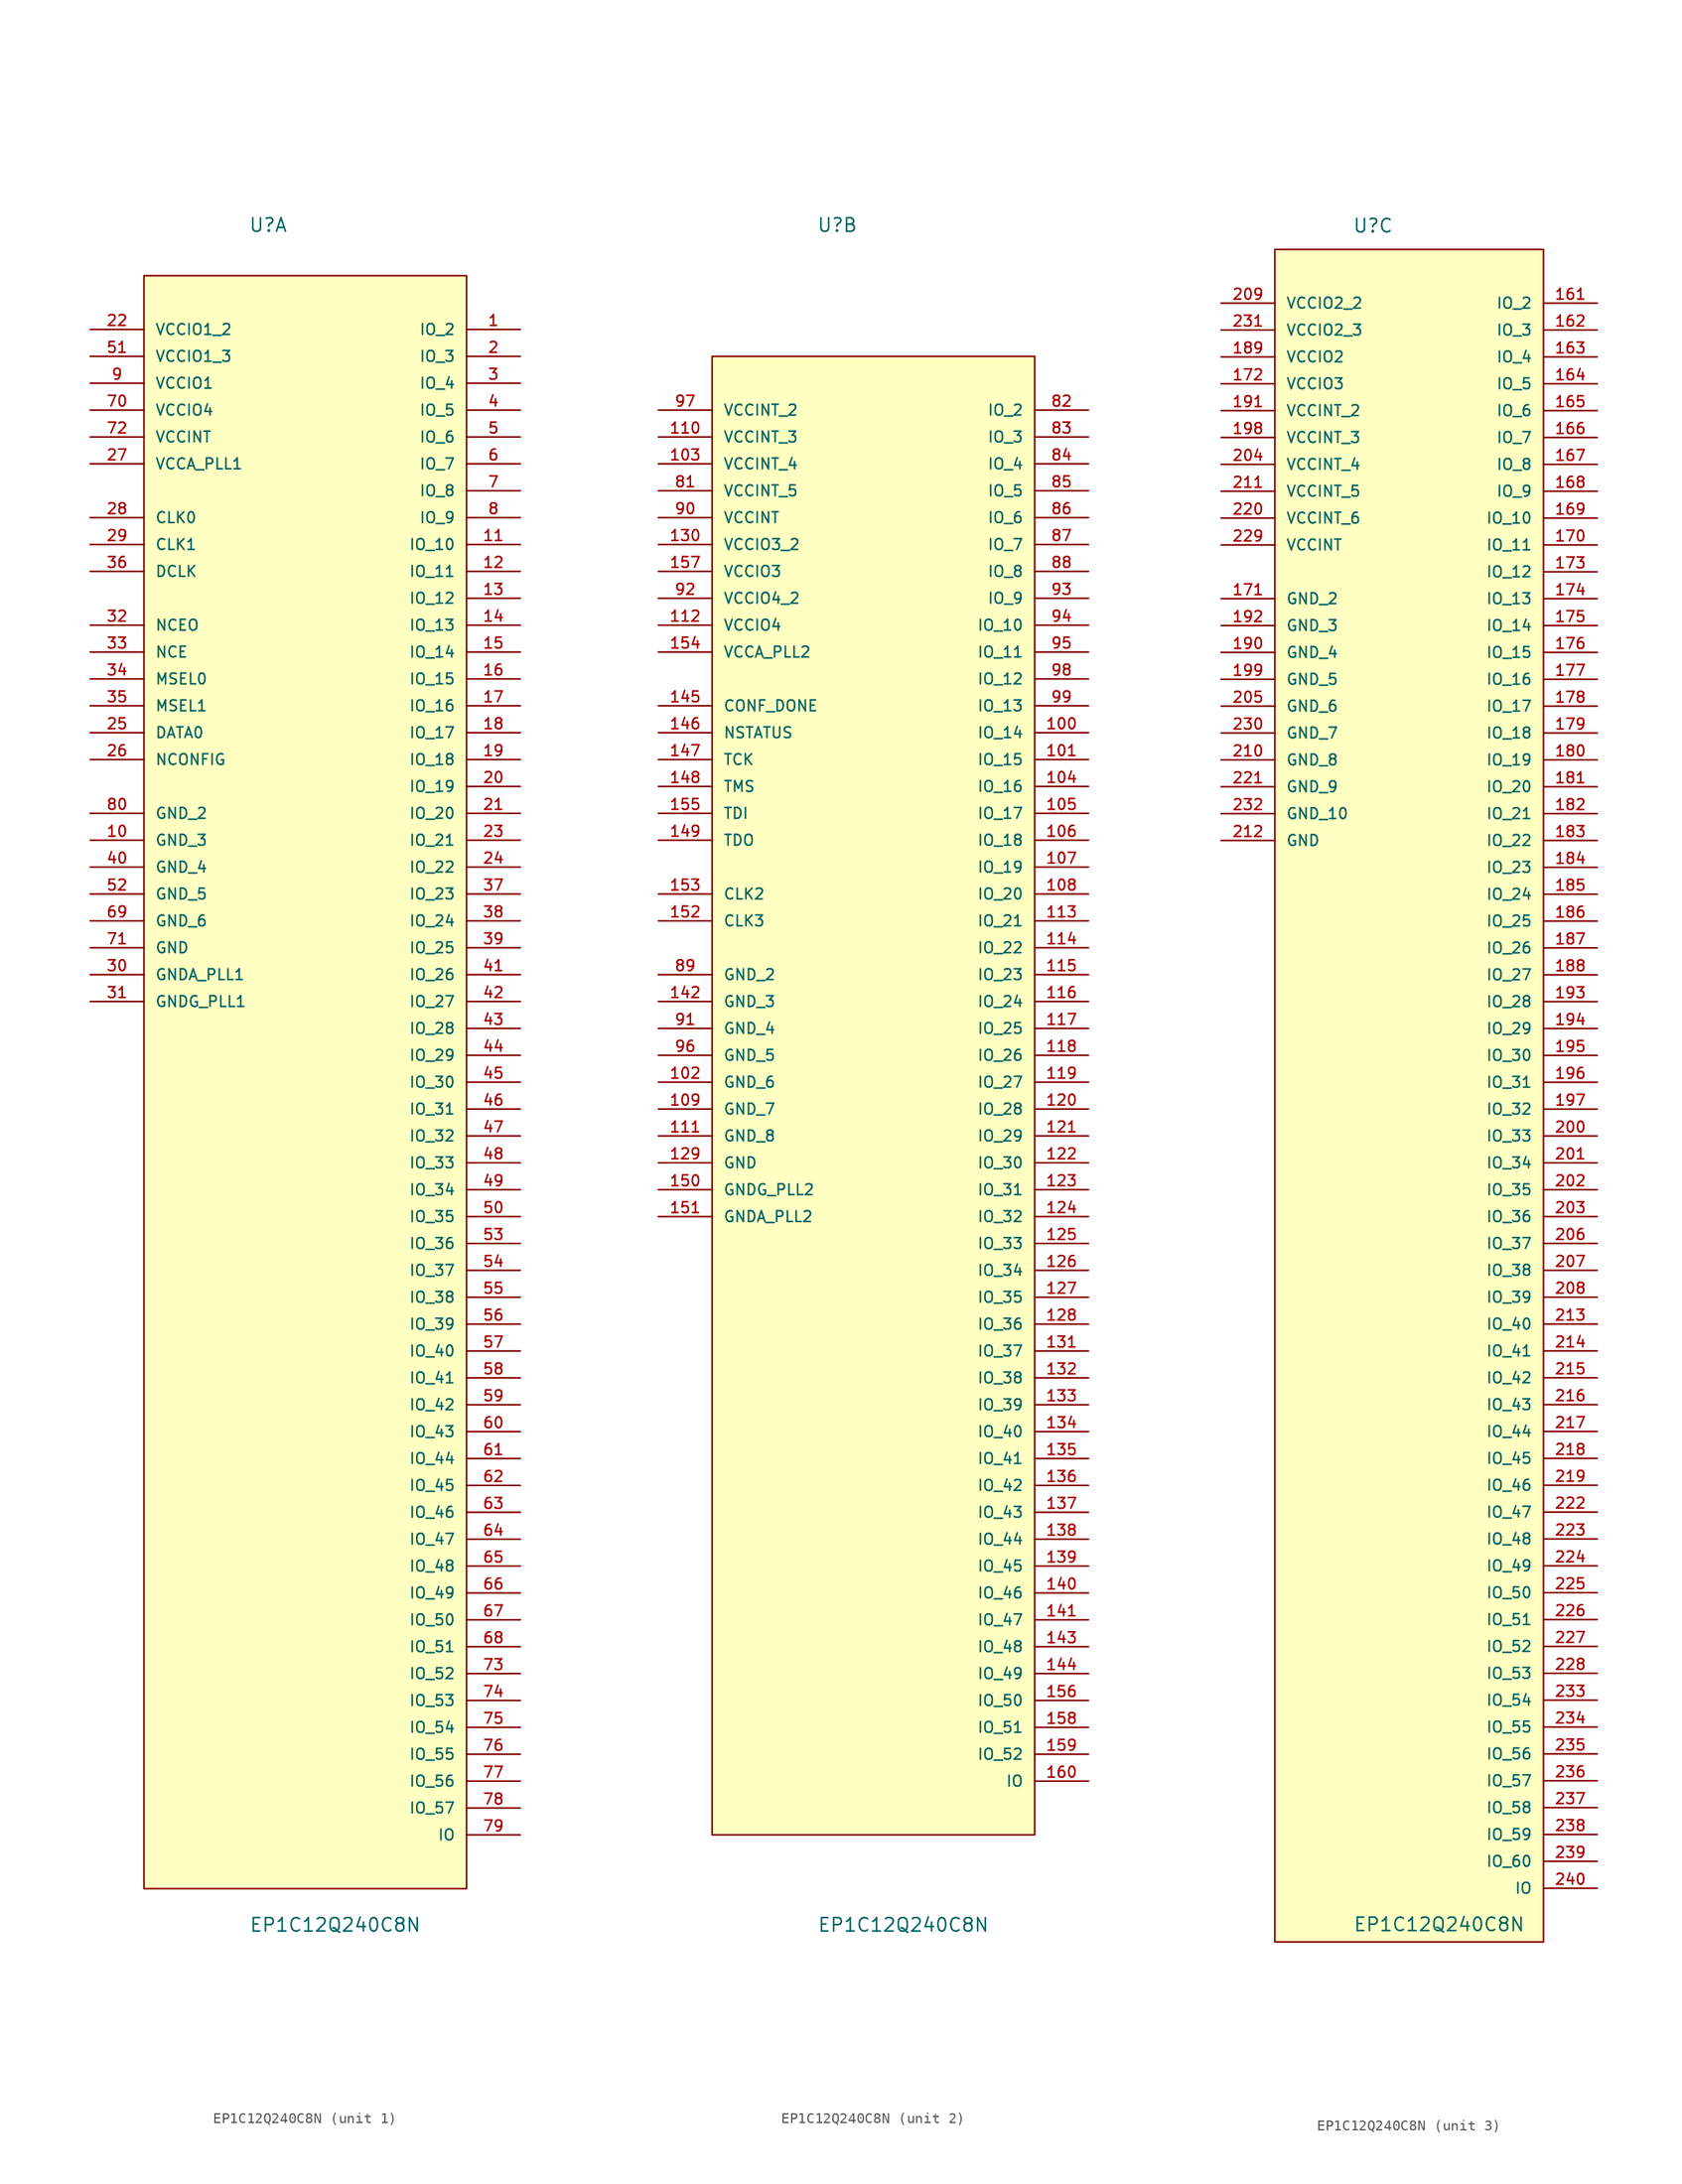
<source format=kicad_sym>
(kicad_symbol_lib
  (version 20220914)
  (generator kicad_symbol_editor)
  (symbol "EP1C12Q240C8N"
    (pin_names
      (offset 1.016))
    (property "Reference" "U"
      (at -5.359 77.699 0)
      (effects (font (size 1.27 1.27)) (justify left bottom)))
    (property "Value" "EP1C12Q240C8N"
      (at -5.309 -82.906 0)
      (effects (font (size 1.27 1.27)) (justify left bottom)))
    (symbol "EP1C12Q240C8N_1_0"
      (rectangle (start -15.24 -78.74) (end 15.24 73.66) (stroke (width 0.152) (type default)) (fill (type background)))
      (pin bidirectional line (at 20.32 68.58 180) (length 5.08) (name "IO_2" (effects (font (size 1.016 1.016)))) (number "1" (effects (font (size 1.016 1.016)))))
      (pin passive line (at -20.32 20.32 0) (length 5.08) (name "GND_3" (effects (font (size 1.016 1.016)))) (number "10" (effects (font (size 1.016 1.016)))))
      (pin bidirectional line (at 20.32 48.26 180) (length 5.08) (name "IO_10" (effects (font (size 1.016 1.016)))) (number "11" (effects (font (size 1.016 1.016)))))
      (pin bidirectional line (at 20.32 45.72 180) (length 5.08) (name "IO_11" (effects (font (size 1.016 1.016)))) (number "12" (effects (font (size 1.016 1.016)))))
      (pin bidirectional line (at 20.32 43.18 180) (length 5.08) (name "IO_12" (effects (font (size 1.016 1.016)))) (number "13" (effects (font (size 1.016 1.016)))))
      (pin bidirectional line (at 20.32 40.64 180) (length 5.08) (name "IO_13" (effects (font (size 1.016 1.016)))) (number "14" (effects (font (size 1.016 1.016)))))
      (pin bidirectional line (at 20.32 38.1 180) (length 5.08) (name "IO_14" (effects (font (size 1.016 1.016)))) (number "15" (effects (font (size 1.016 1.016)))))
      (pin bidirectional line (at 20.32 35.56 180) (length 5.08) (name "IO_15" (effects (font (size 1.016 1.016)))) (number "16" (effects (font (size 1.016 1.016)))))
      (pin bidirectional line (at 20.32 33.02 180) (length 5.08) (name "IO_16" (effects (font (size 1.016 1.016)))) (number "17" (effects (font (size 1.016 1.016)))))
      (pin bidirectional line (at 20.32 30.48 180) (length 5.08) (name "IO_17" (effects (font (size 1.016 1.016)))) (number "18" (effects (font (size 1.016 1.016)))))
      (pin bidirectional line (at 20.32 27.94 180) (length 5.08) (name "IO_18" (effects (font (size 1.016 1.016)))) (number "19" (effects (font (size 1.016 1.016)))))
      (pin bidirectional line (at 20.32 66.04 180) (length 5.08) (name "IO_3" (effects (font (size 1.016 1.016)))) (number "2" (effects (font (size 1.016 1.016)))))
      (pin bidirectional line (at 20.32 25.4 180) (length 5.08) (name "IO_19" (effects (font (size 1.016 1.016)))) (number "20" (effects (font (size 1.016 1.016)))))
      (pin bidirectional line (at 20.32 22.86 180) (length 5.08) (name "IO_20" (effects (font (size 1.016 1.016)))) (number "21" (effects (font (size 1.016 1.016)))))
      (pin power_in line (at -20.32 68.58 0) (length 5.08) (name "VCCIO1_2" (effects (font (size 1.016 1.016)))) (number "22" (effects (font (size 1.016 1.016)))))
      (pin bidirectional line (at 20.32 20.32 180) (length 5.08) (name "IO_21" (effects (font (size 1.016 1.016)))) (number "23" (effects (font (size 1.016 1.016)))))
      (pin bidirectional line (at 20.32 17.78 180) (length 5.08) (name "IO_22" (effects (font (size 1.016 1.016)))) (number "24" (effects (font (size 1.016 1.016)))))
      (pin input line (at -20.32 30.48 0) (length 5.08) (name "DATA0" (effects (font (size 1.016 1.016)))) (number "25" (effects (font (size 1.016 1.016)))))
      (pin input line (at -20.32 27.94 0) (length 5.08) (name "NCONFIG" (effects (font (size 1.016 1.016)))) (number "26" (effects (font (size 1.016 1.016)))))
      (pin power_in line (at -20.32 55.88 0) (length 5.08) (name "VCCA_PLL1" (effects (font (size 1.016 1.016)))) (number "27" (effects (font (size 1.016 1.016)))))
      (pin input line (at -20.32 50.8 0) (length 5.08) (name "CLK0" (effects (font (size 1.016 1.016)))) (number "28" (effects (font (size 1.016 1.016)))))
      (pin input line (at -20.32 48.26 0) (length 5.08) (name "CLK1" (effects (font (size 1.016 1.016)))) (number "29" (effects (font (size 1.016 1.016)))))
      (pin bidirectional line (at 20.32 63.5 180) (length 5.08) (name "IO_4" (effects (font (size 1.016 1.016)))) (number "3" (effects (font (size 1.016 1.016)))))
      (pin passive line (at -20.32 7.62 0) (length 5.08) (name "GNDA_PLL1" (effects (font (size 1.016 1.016)))) (number "30" (effects (font (size 1.016 1.016)))))
      (pin passive line (at -20.32 5.08 0) (length 5.08) (name "GNDG_PLL1" (effects (font (size 1.016 1.016)))) (number "31" (effects (font (size 1.016 1.016)))))
      (pin input line (at -20.32 40.64 0) (length 5.08) (name "NCEO" (effects (font (size 1.016 1.016)))) (number "32" (effects (font (size 1.016 1.016)))))
      (pin input line (at -20.32 38.1 0) (length 5.08) (name "NCE" (effects (font (size 1.016 1.016)))) (number "33" (effects (font (size 1.016 1.016)))))
      (pin input line (at -20.32 35.56 0) (length 5.08) (name "MSEL0" (effects (font (size 1.016 1.016)))) (number "34" (effects (font (size 1.016 1.016)))))
      (pin input line (at -20.32 33.02 0) (length 5.08) (name "MSEL1" (effects (font (size 1.016 1.016)))) (number "35" (effects (font (size 1.016 1.016)))))
      (pin input line (at -20.32 45.72 0) (length 5.08) (name "DCLK" (effects (font (size 1.016 1.016)))) (number "36" (effects (font (size 1.016 1.016)))))
      (pin bidirectional line (at 20.32 15.24 180) (length 5.08) (name "IO_23" (effects (font (size 1.016 1.016)))) (number "37" (effects (font (size 1.016 1.016)))))
      (pin bidirectional line (at 20.32 12.7 180) (length 5.08) (name "IO_24" (effects (font (size 1.016 1.016)))) (number "38" (effects (font (size 1.016 1.016)))))
      (pin bidirectional line (at 20.32 10.16 180) (length 5.08) (name "IO_25" (effects (font (size 1.016 1.016)))) (number "39" (effects (font (size 1.016 1.016)))))
      (pin bidirectional line (at 20.32 60.96 180) (length 5.08) (name "IO_5" (effects (font (size 1.016 1.016)))) (number "4" (effects (font (size 1.016 1.016)))))
      (pin passive line (at -20.32 17.78 0) (length 5.08) (name "GND_4" (effects (font (size 1.016 1.016)))) (number "40" (effects (font (size 1.016 1.016)))))
      (pin bidirectional line (at 20.32 7.62 180) (length 5.08) (name "IO_26" (effects (font (size 1.016 1.016)))) (number "41" (effects (font (size 1.016 1.016)))))
      (pin bidirectional line (at 20.32 5.08 180) (length 5.08) (name "IO_27" (effects (font (size 1.016 1.016)))) (number "42" (effects (font (size 1.016 1.016)))))
      (pin bidirectional line (at 20.32 2.54 180) (length 5.08) (name "IO_28" (effects (font (size 1.016 1.016)))) (number "43" (effects (font (size 1.016 1.016)))))
      (pin bidirectional line (at 20.32 0 180) (length 5.08) (name "IO_29" (effects (font (size 1.016 1.016)))) (number "44" (effects (font (size 1.016 1.016)))))
      (pin bidirectional line (at 20.32 -2.54 180) (length 5.08) (name "IO_30" (effects (font (size 1.016 1.016)))) (number "45" (effects (font (size 1.016 1.016)))))
      (pin bidirectional line (at 20.32 -5.08 180) (length 5.08) (name "IO_31" (effects (font (size 1.016 1.016)))) (number "46" (effects (font (size 1.016 1.016)))))
      (pin bidirectional line (at 20.32 -7.62 180) (length 5.08) (name "IO_32" (effects (font (size 1.016 1.016)))) (number "47" (effects (font (size 1.016 1.016)))))
      (pin bidirectional line (at 20.32 -10.16 180) (length 5.08) (name "IO_33" (effects (font (size 1.016 1.016)))) (number "48" (effects (font (size 1.016 1.016)))))
      (pin bidirectional line (at 20.32 -12.7 180) (length 5.08) (name "IO_34" (effects (font (size 1.016 1.016)))) (number "49" (effects (font (size 1.016 1.016)))))
      (pin bidirectional line (at 20.32 58.42 180) (length 5.08) (name "IO_6" (effects (font (size 1.016 1.016)))) (number "5" (effects (font (size 1.016 1.016)))))
      (pin bidirectional line (at 20.32 -15.24 180) (length 5.08) (name "IO_35" (effects (font (size 1.016 1.016)))) (number "50" (effects (font (size 1.016 1.016)))))
      (pin power_in line (at -20.32 66.04 0) (length 5.08) (name "VCCIO1_3" (effects (font (size 1.016 1.016)))) (number "51" (effects (font (size 1.016 1.016)))))
      (pin passive line (at -20.32 15.24 0) (length 5.08) (name "GND_5" (effects (font (size 1.016 1.016)))) (number "52" (effects (font (size 1.016 1.016)))))
      (pin bidirectional line (at 20.32 -17.78 180) (length 5.08) (name "IO_36" (effects (font (size 1.016 1.016)))) (number "53" (effects (font (size 1.016 1.016)))))
      (pin bidirectional line (at 20.32 -20.32 180) (length 5.08) (name "IO_37" (effects (font (size 1.016 1.016)))) (number "54" (effects (font (size 1.016 1.016)))))
      (pin bidirectional line (at 20.32 -22.86 180) (length 5.08) (name "IO_38" (effects (font (size 1.016 1.016)))) (number "55" (effects (font (size 1.016 1.016)))))
      (pin bidirectional line (at 20.32 -25.4 180) (length 5.08) (name "IO_39" (effects (font (size 1.016 1.016)))) (number "56" (effects (font (size 1.016 1.016)))))
      (pin bidirectional line (at 20.32 -27.94 180) (length 5.08) (name "IO_40" (effects (font (size 1.016 1.016)))) (number "57" (effects (font (size 1.016 1.016)))))
      (pin bidirectional line (at 20.32 -30.48 180) (length 5.08) (name "IO_41" (effects (font (size 1.016 1.016)))) (number "58" (effects (font (size 1.016 1.016)))))
      (pin bidirectional line (at 20.32 -33.02 180) (length 5.08) (name "IO_42" (effects (font (size 1.016 1.016)))) (number "59" (effects (font (size 1.016 1.016)))))
      (pin bidirectional line (at 20.32 55.88 180) (length 5.08) (name "IO_7" (effects (font (size 1.016 1.016)))) (number "6" (effects (font (size 1.016 1.016)))))
      (pin bidirectional line (at 20.32 -35.56 180) (length 5.08) (name "IO_43" (effects (font (size 1.016 1.016)))) (number "60" (effects (font (size 1.016 1.016)))))
      (pin bidirectional line (at 20.32 -38.1 180) (length 5.08) (name "IO_44" (effects (font (size 1.016 1.016)))) (number "61" (effects (font (size 1.016 1.016)))))
      (pin bidirectional line (at 20.32 -40.64 180) (length 5.08) (name "IO_45" (effects (font (size 1.016 1.016)))) (number "62" (effects (font (size 1.016 1.016)))))
      (pin bidirectional line (at 20.32 -43.18 180) (length 5.08) (name "IO_46" (effects (font (size 1.016 1.016)))) (number "63" (effects (font (size 1.016 1.016)))))
      (pin bidirectional line (at 20.32 -45.72 180) (length 5.08) (name "IO_47" (effects (font (size 1.016 1.016)))) (number "64" (effects (font (size 1.016 1.016)))))
      (pin bidirectional line (at 20.32 -48.26 180) (length 5.08) (name "IO_48" (effects (font (size 1.016 1.016)))) (number "65" (effects (font (size 1.016 1.016)))))
      (pin bidirectional line (at 20.32 -50.8 180) (length 5.08) (name "IO_49" (effects (font (size 1.016 1.016)))) (number "66" (effects (font (size 1.016 1.016)))))
      (pin bidirectional line (at 20.32 -53.34 180) (length 5.08) (name "IO_50" (effects (font (size 1.016 1.016)))) (number "67" (effects (font (size 1.016 1.016)))))
      (pin bidirectional line (at 20.32 -55.88 180) (length 5.08) (name "IO_51" (effects (font (size 1.016 1.016)))) (number "68" (effects (font (size 1.016 1.016)))))
      (pin passive line (at -20.32 12.7 0) (length 5.08) (name "GND_6" (effects (font (size 1.016 1.016)))) (number "69" (effects (font (size 1.016 1.016)))))
      (pin bidirectional line (at 20.32 53.34 180) (length 5.08) (name "IO_8" (effects (font (size 1.016 1.016)))) (number "7" (effects (font (size 1.016 1.016)))))
      (pin power_in line (at -20.32 60.96 0) (length 5.08) (name "VCCIO4" (effects (font (size 1.016 1.016)))) (number "70" (effects (font (size 1.016 1.016)))))
      (pin passive line (at -20.32 10.16 0) (length 5.08) (name "GND" (effects (font (size 1.016 1.016)))) (number "71" (effects (font (size 1.016 1.016)))))
      (pin power_in line (at -20.32 58.42 0) (length 5.08) (name "VCCINT" (effects (font (size 1.016 1.016)))) (number "72" (effects (font (size 1.016 1.016)))))
      (pin bidirectional line (at 20.32 -58.42 180) (length 5.08) (name "IO_52" (effects (font (size 1.016 1.016)))) (number "73" (effects (font (size 1.016 1.016)))))
      (pin bidirectional line (at 20.32 -60.96 180) (length 5.08) (name "IO_53" (effects (font (size 1.016 1.016)))) (number "74" (effects (font (size 1.016 1.016)))))
      (pin bidirectional line (at 20.32 -63.5 180) (length 5.08) (name "IO_54" (effects (font (size 1.016 1.016)))) (number "75" (effects (font (size 1.016 1.016)))))
      (pin bidirectional line (at 20.32 -66.04 180) (length 5.08) (name "IO_55" (effects (font (size 1.016 1.016)))) (number "76" (effects (font (size 1.016 1.016)))))
      (pin bidirectional line (at 20.32 -68.58 180) (length 5.08) (name "IO_56" (effects (font (size 1.016 1.016)))) (number "77" (effects (font (size 1.016 1.016)))))
      (pin bidirectional line (at 20.32 -71.12 180) (length 5.08) (name "IO_57" (effects (font (size 1.016 1.016)))) (number "78" (effects (font (size 1.016 1.016)))))
      (pin bidirectional line (at 20.32 -73.66 180) (length 5.08) (name "IO" (effects (font (size 1.016 1.016)))) (number "79" (effects (font (size 1.016 1.016)))))
      (pin bidirectional line (at 20.32 50.8 180) (length 5.08) (name "IO_9" (effects (font (size 1.016 1.016)))) (number "8" (effects (font (size 1.016 1.016)))))
      (pin passive line (at -20.32 22.86 0) (length 5.08) (name "GND_2" (effects (font (size 1.016 1.016)))) (number "80" (effects (font (size 1.016 1.016)))))
      (pin power_in line (at -20.32 63.5 0) (length 5.08) (name "VCCIO1" (effects (font (size 1.016 1.016)))) (number "9" (effects (font (size 1.016 1.016))))))
    (symbol "EP1C12Q240C8N_2_0"
      (rectangle (start -15.24 -73.66) (end 15.24 66.04) (stroke (width 0.152) (type default)) (fill (type background)))
      (pin bidirectional line (at 20.32 30.48 180) (length 5.08) (name "IO_14" (effects (font (size 1.016 1.016)))) (number "100" (effects (font (size 1.016 1.016)))))
      (pin bidirectional line (at 20.32 27.94 180) (length 5.08) (name "IO_15" (effects (font (size 1.016 1.016)))) (number "101" (effects (font (size 1.016 1.016)))))
      (pin passive line (at -20.32 -2.54 0) (length 5.08) (name "GND_6" (effects (font (size 1.016 1.016)))) (number "102" (effects (font (size 1.016 1.016)))))
      (pin power_in line (at -20.32 55.88 0) (length 5.08) (name "VCCINT_4" (effects (font (size 1.016 1.016)))) (number "103" (effects (font (size 1.016 1.016)))))
      (pin bidirectional line (at 20.32 25.4 180) (length 5.08) (name "IO_16" (effects (font (size 1.016 1.016)))) (number "104" (effects (font (size 1.016 1.016)))))
      (pin bidirectional line (at 20.32 22.86 180) (length 5.08) (name "IO_17" (effects (font (size 1.016 1.016)))) (number "105" (effects (font (size 1.016 1.016)))))
      (pin bidirectional line (at 20.32 20.32 180) (length 5.08) (name "IO_18" (effects (font (size 1.016 1.016)))) (number "106" (effects (font (size 1.016 1.016)))))
      (pin bidirectional line (at 20.32 17.78 180) (length 5.08) (name "IO_19" (effects (font (size 1.016 1.016)))) (number "107" (effects (font (size 1.016 1.016)))))
      (pin bidirectional line (at 20.32 15.24 180) (length 5.08) (name "IO_20" (effects (font (size 1.016 1.016)))) (number "108" (effects (font (size 1.016 1.016)))))
      (pin passive line (at -20.32 -5.08 0) (length 5.08) (name "GND_7" (effects (font (size 1.016 1.016)))) (number "109" (effects (font (size 1.016 1.016)))))
      (pin power_in line (at -20.32 58.42 0) (length 5.08) (name "VCCINT_3" (effects (font (size 1.016 1.016)))) (number "110" (effects (font (size 1.016 1.016)))))
      (pin passive line (at -20.32 -7.62 0) (length 5.08) (name "GND_8" (effects (font (size 1.016 1.016)))) (number "111" (effects (font (size 1.016 1.016)))))
      (pin power_in line (at -20.32 40.64 0) (length 5.08) (name "VCCIO4" (effects (font (size 1.016 1.016)))) (number "112" (effects (font (size 1.016 1.016)))))
      (pin bidirectional line (at 20.32 12.7 180) (length 5.08) (name "IO_21" (effects (font (size 1.016 1.016)))) (number "113" (effects (font (size 1.016 1.016)))))
      (pin bidirectional line (at 20.32 10.16 180) (length 5.08) (name "IO_22" (effects (font (size 1.016 1.016)))) (number "114" (effects (font (size 1.016 1.016)))))
      (pin bidirectional line (at 20.32 7.62 180) (length 5.08) (name "IO_23" (effects (font (size 1.016 1.016)))) (number "115" (effects (font (size 1.016 1.016)))))
      (pin bidirectional line (at 20.32 5.08 180) (length 5.08) (name "IO_24" (effects (font (size 1.016 1.016)))) (number "116" (effects (font (size 1.016 1.016)))))
      (pin bidirectional line (at 20.32 2.54 180) (length 5.08) (name "IO_25" (effects (font (size 1.016 1.016)))) (number "117" (effects (font (size 1.016 1.016)))))
      (pin bidirectional line (at 20.32 0 180) (length 5.08) (name "IO_26" (effects (font (size 1.016 1.016)))) (number "118" (effects (font (size 1.016 1.016)))))
      (pin bidirectional line (at 20.32 -2.54 180) (length 5.08) (name "IO_27" (effects (font (size 1.016 1.016)))) (number "119" (effects (font (size 1.016 1.016)))))
      (pin bidirectional line (at 20.32 -5.08 180) (length 5.08) (name "IO_28" (effects (font (size 1.016 1.016)))) (number "120" (effects (font (size 1.016 1.016)))))
      (pin bidirectional line (at 20.32 -7.62 180) (length 5.08) (name "IO_29" (effects (font (size 1.016 1.016)))) (number "121" (effects (font (size 1.016 1.016)))))
      (pin bidirectional line (at 20.32 -10.16 180) (length 5.08) (name "IO_30" (effects (font (size 1.016 1.016)))) (number "122" (effects (font (size 1.016 1.016)))))
      (pin bidirectional line (at 20.32 -12.7 180) (length 5.08) (name "IO_31" (effects (font (size 1.016 1.016)))) (number "123" (effects (font (size 1.016 1.016)))))
      (pin bidirectional line (at 20.32 -15.24 180) (length 5.08) (name "IO_32" (effects (font (size 1.016 1.016)))) (number "124" (effects (font (size 1.016 1.016)))))
      (pin bidirectional line (at 20.32 -17.78 180) (length 5.08) (name "IO_33" (effects (font (size 1.016 1.016)))) (number "125" (effects (font (size 1.016 1.016)))))
      (pin bidirectional line (at 20.32 -20.32 180) (length 5.08) (name "IO_34" (effects (font (size 1.016 1.016)))) (number "126" (effects (font (size 1.016 1.016)))))
      (pin bidirectional line (at 20.32 -22.86 180) (length 5.08) (name "IO_35" (effects (font (size 1.016 1.016)))) (number "127" (effects (font (size 1.016 1.016)))))
      (pin bidirectional line (at 20.32 -25.4 180) (length 5.08) (name "IO_36" (effects (font (size 1.016 1.016)))) (number "128" (effects (font (size 1.016 1.016)))))
      (pin passive line (at -20.32 -10.16 0) (length 5.08) (name "GND" (effects (font (size 1.016 1.016)))) (number "129" (effects (font (size 1.016 1.016)))))
      (pin power_in line (at -20.32 48.26 0) (length 5.08) (name "VCCIO3_2" (effects (font (size 1.016 1.016)))) (number "130" (effects (font (size 1.016 1.016)))))
      (pin bidirectional line (at 20.32 -27.94 180) (length 5.08) (name "IO_37" (effects (font (size 1.016 1.016)))) (number "131" (effects (font (size 1.016 1.016)))))
      (pin bidirectional line (at 20.32 -30.48 180) (length 5.08) (name "IO_38" (effects (font (size 1.016 1.016)))) (number "132" (effects (font (size 1.016 1.016)))))
      (pin bidirectional line (at 20.32 -33.02 180) (length 5.08) (name "IO_39" (effects (font (size 1.016 1.016)))) (number "133" (effects (font (size 1.016 1.016)))))
      (pin bidirectional line (at 20.32 -35.56 180) (length 5.08) (name "IO_40" (effects (font (size 1.016 1.016)))) (number "134" (effects (font (size 1.016 1.016)))))
      (pin bidirectional line (at 20.32 -38.1 180) (length 5.08) (name "IO_41" (effects (font (size 1.016 1.016)))) (number "135" (effects (font (size 1.016 1.016)))))
      (pin bidirectional line (at 20.32 -40.64 180) (length 5.08) (name "IO_42" (effects (font (size 1.016 1.016)))) (number "136" (effects (font (size 1.016 1.016)))))
      (pin bidirectional line (at 20.32 -43.18 180) (length 5.08) (name "IO_43" (effects (font (size 1.016 1.016)))) (number "137" (effects (font (size 1.016 1.016)))))
      (pin bidirectional line (at 20.32 -45.72 180) (length 5.08) (name "IO_44" (effects (font (size 1.016 1.016)))) (number "138" (effects (font (size 1.016 1.016)))))
      (pin bidirectional line (at 20.32 -48.26 180) (length 5.08) (name "IO_45" (effects (font (size 1.016 1.016)))) (number "139" (effects (font (size 1.016 1.016)))))
      (pin bidirectional line (at 20.32 -50.8 180) (length 5.08) (name "IO_46" (effects (font (size 1.016 1.016)))) (number "140" (effects (font (size 1.016 1.016)))))
      (pin bidirectional line (at 20.32 -53.34 180) (length 5.08) (name "IO_47" (effects (font (size 1.016 1.016)))) (number "141" (effects (font (size 1.016 1.016)))))
      (pin passive line (at -20.32 5.08 0) (length 5.08) (name "GND_3" (effects (font (size 1.016 1.016)))) (number "142" (effects (font (size 1.016 1.016)))))
      (pin bidirectional line (at 20.32 -55.88 180) (length 5.08) (name "IO_48" (effects (font (size 1.016 1.016)))) (number "143" (effects (font (size 1.016 1.016)))))
      (pin bidirectional line (at 20.32 -58.42 180) (length 5.08) (name "IO_49" (effects (font (size 1.016 1.016)))) (number "144" (effects (font (size 1.016 1.016)))))
      (pin input line (at -20.32 33.02 0) (length 5.08) (name "CONF_DONE" (effects (font (size 1.016 1.016)))) (number "145" (effects (font (size 1.016 1.016)))))
      (pin input line (at -20.32 30.48 0) (length 5.08) (name "NSTATUS" (effects (font (size 1.016 1.016)))) (number "146" (effects (font (size 1.016 1.016)))))
      (pin input line (at -20.32 27.94 0) (length 5.08) (name "TCK" (effects (font (size 1.016 1.016)))) (number "147" (effects (font (size 1.016 1.016)))))
      (pin input line (at -20.32 25.4 0) (length 5.08) (name "TMS" (effects (font (size 1.016 1.016)))) (number "148" (effects (font (size 1.016 1.016)))))
      (pin input line (at -20.32 20.32 0) (length 5.08) (name "TDO" (effects (font (size 1.016 1.016)))) (number "149" (effects (font (size 1.016 1.016)))))
      (pin passive line (at -20.32 -12.7 0) (length 5.08) (name "GNDG_PLL2" (effects (font (size 1.016 1.016)))) (number "150" (effects (font (size 1.016 1.016)))))
      (pin passive line (at -20.32 -15.24 0) (length 5.08) (name "GNDA_PLL2" (effects (font (size 1.016 1.016)))) (number "151" (effects (font (size 1.016 1.016)))))
      (pin input line (at -20.32 12.7 0) (length 5.08) (name "CLK3" (effects (font (size 1.016 1.016)))) (number "152" (effects (font (size 1.016 1.016)))))
      (pin input line (at -20.32 15.24 0) (length 5.08) (name "CLK2" (effects (font (size 1.016 1.016)))) (number "153" (effects (font (size 1.016 1.016)))))
      (pin power_in line (at -20.32 38.1 0) (length 5.08) (name "VCCA_PLL2" (effects (font (size 1.016 1.016)))) (number "154" (effects (font (size 1.016 1.016)))))
      (pin input line (at -20.32 22.86 0) (length 5.08) (name "TDI" (effects (font (size 1.016 1.016)))) (number "155" (effects (font (size 1.016 1.016)))))
      (pin bidirectional line (at 20.32 -60.96 180) (length 5.08) (name "IO_50" (effects (font (size 1.016 1.016)))) (number "156" (effects (font (size 1.016 1.016)))))
      (pin power_in line (at -20.32 45.72 0) (length 5.08) (name "VCCIO3" (effects (font (size 1.016 1.016)))) (number "157" (effects (font (size 1.016 1.016)))))
      (pin bidirectional line (at 20.32 -63.5 180) (length 5.08) (name "IO_51" (effects (font (size 1.016 1.016)))) (number "158" (effects (font (size 1.016 1.016)))))
      (pin bidirectional line (at 20.32 -66.04 180) (length 5.08) (name "IO_52" (effects (font (size 1.016 1.016)))) (number "159" (effects (font (size 1.016 1.016)))))
      (pin bidirectional line (at 20.32 -68.58 180) (length 5.08) (name "IO" (effects (font (size 1.016 1.016)))) (number "160" (effects (font (size 1.016 1.016)))))
      (pin power_in line (at -20.32 53.34 0) (length 5.08) (name "VCCINT_5" (effects (font (size 1.016 1.016)))) (number "81" (effects (font (size 1.016 1.016)))))
      (pin bidirectional line (at 20.32 60.96 180) (length 5.08) (name "IO_2" (effects (font (size 1.016 1.016)))) (number "82" (effects (font (size 1.016 1.016)))))
      (pin bidirectional line (at 20.32 58.42 180) (length 5.08) (name "IO_3" (effects (font (size 1.016 1.016)))) (number "83" (effects (font (size 1.016 1.016)))))
      (pin bidirectional line (at 20.32 55.88 180) (length 5.08) (name "IO_4" (effects (font (size 1.016 1.016)))) (number "84" (effects (font (size 1.016 1.016)))))
      (pin bidirectional line (at 20.32 53.34 180) (length 5.08) (name "IO_5" (effects (font (size 1.016 1.016)))) (number "85" (effects (font (size 1.016 1.016)))))
      (pin bidirectional line (at 20.32 50.8 180) (length 5.08) (name "IO_6" (effects (font (size 1.016 1.016)))) (number "86" (effects (font (size 1.016 1.016)))))
      (pin bidirectional line (at 20.32 48.26 180) (length 5.08) (name "IO_7" (effects (font (size 1.016 1.016)))) (number "87" (effects (font (size 1.016 1.016)))))
      (pin bidirectional line (at 20.32 45.72 180) (length 5.08) (name "IO_8" (effects (font (size 1.016 1.016)))) (number "88" (effects (font (size 1.016 1.016)))))
      (pin passive line (at -20.32 7.62 0) (length 5.08) (name "GND_2" (effects (font (size 1.016 1.016)))) (number "89" (effects (font (size 1.016 1.016)))))
      (pin power_in line (at -20.32 50.8 0) (length 5.08) (name "VCCINT" (effects (font (size 1.016 1.016)))) (number "90" (effects (font (size 1.016 1.016)))))
      (pin passive line (at -20.32 2.54 0) (length 5.08) (name "GND_4" (effects (font (size 1.016 1.016)))) (number "91" (effects (font (size 1.016 1.016)))))
      (pin power_in line (at -20.32 43.18 0) (length 5.08) (name "VCCIO4_2" (effects (font (size 1.016 1.016)))) (number "92" (effects (font (size 1.016 1.016)))))
      (pin bidirectional line (at 20.32 43.18 180) (length 5.08) (name "IO_9" (effects (font (size 1.016 1.016)))) (number "93" (effects (font (size 1.016 1.016)))))
      (pin bidirectional line (at 20.32 40.64 180) (length 5.08) (name "IO_10" (effects (font (size 1.016 1.016)))) (number "94" (effects (font (size 1.016 1.016)))))
      (pin bidirectional line (at 20.32 38.1 180) (length 5.08) (name "IO_11" (effects (font (size 1.016 1.016)))) (number "95" (effects (font (size 1.016 1.016)))))
      (pin passive line (at -20.32 0 0) (length 5.08) (name "GND_5" (effects (font (size 1.016 1.016)))) (number "96" (effects (font (size 1.016 1.016)))))
      (pin power_in line (at -20.32 60.96 0) (length 5.08) (name "VCCINT_2" (effects (font (size 1.016 1.016)))) (number "97" (effects (font (size 1.016 1.016)))))
      (pin bidirectional line (at 20.32 35.56 180) (length 5.08) (name "IO_12" (effects (font (size 1.016 1.016)))) (number "98" (effects (font (size 1.016 1.016)))))
      (pin bidirectional line (at 20.32 33.02 180) (length 5.08) (name "IO_13" (effects (font (size 1.016 1.016)))) (number "99" (effects (font (size 1.016 1.016))))))
    (symbol "EP1C12Q240C8N_3_0"
      (rectangle (start -12.7 -83.82) (end 12.7 76.2) (stroke (width 0.152) (type default)) (fill (type background)))
      (pin bidirectional line (at 17.78 71.12 180) (length 5.08) (name "IO_2" (effects (font (size 1.016 1.016)))) (number "161" (effects (font (size 1.016 1.016)))))
      (pin bidirectional line (at 17.78 68.58 180) (length 5.08) (name "IO_3" (effects (font (size 1.016 1.016)))) (number "162" (effects (font (size 1.016 1.016)))))
      (pin bidirectional line (at 17.78 66.04 180) (length 5.08) (name "IO_4" (effects (font (size 1.016 1.016)))) (number "163" (effects (font (size 1.016 1.016)))))
      (pin bidirectional line (at 17.78 63.5 180) (length 5.08) (name "IO_5" (effects (font (size 1.016 1.016)))) (number "164" (effects (font (size 1.016 1.016)))))
      (pin bidirectional line (at 17.78 60.96 180) (length 5.08) (name "IO_6" (effects (font (size 1.016 1.016)))) (number "165" (effects (font (size 1.016 1.016)))))
      (pin bidirectional line (at 17.78 58.42 180) (length 5.08) (name "IO_7" (effects (font (size 1.016 1.016)))) (number "166" (effects (font (size 1.016 1.016)))))
      (pin bidirectional line (at 17.78 55.88 180) (length 5.08) (name "IO_8" (effects (font (size 1.016 1.016)))) (number "167" (effects (font (size 1.016 1.016)))))
      (pin bidirectional line (at 17.78 53.34 180) (length 5.08) (name "IO_9" (effects (font (size 1.016 1.016)))) (number "168" (effects (font (size 1.016 1.016)))))
      (pin bidirectional line (at 17.78 50.8 180) (length 5.08) (name "IO_10" (effects (font (size 1.016 1.016)))) (number "169" (effects (font (size 1.016 1.016)))))
      (pin bidirectional line (at 17.78 48.26 180) (length 5.08) (name "IO_11" (effects (font (size 1.016 1.016)))) (number "170" (effects (font (size 1.016 1.016)))))
      (pin passive line (at -17.78 43.18 0) (length 5.08) (name "GND_2" (effects (font (size 1.016 1.016)))) (number "171" (effects (font (size 1.016 1.016)))))
      (pin power_in line (at -17.78 63.5 0) (length 5.08) (name "VCCIO3" (effects (font (size 1.016 1.016)))) (number "172" (effects (font (size 1.016 1.016)))))
      (pin bidirectional line (at 17.78 45.72 180) (length 5.08) (name "IO_12" (effects (font (size 1.016 1.016)))) (number "173" (effects (font (size 1.016 1.016)))))
      (pin bidirectional line (at 17.78 43.18 180) (length 5.08) (name "IO_13" (effects (font (size 1.016 1.016)))) (number "174" (effects (font (size 1.016 1.016)))))
      (pin bidirectional line (at 17.78 40.64 180) (length 5.08) (name "IO_14" (effects (font (size 1.016 1.016)))) (number "175" (effects (font (size 1.016 1.016)))))
      (pin bidirectional line (at 17.78 38.1 180) (length 5.08) (name "IO_15" (effects (font (size 1.016 1.016)))) (number "176" (effects (font (size 1.016 1.016)))))
      (pin bidirectional line (at 17.78 35.56 180) (length 5.08) (name "IO_16" (effects (font (size 1.016 1.016)))) (number "177" (effects (font (size 1.016 1.016)))))
      (pin bidirectional line (at 17.78 33.02 180) (length 5.08) (name "IO_17" (effects (font (size 1.016 1.016)))) (number "178" (effects (font (size 1.016 1.016)))))
      (pin bidirectional line (at 17.78 30.48 180) (length 5.08) (name "IO_18" (effects (font (size 1.016 1.016)))) (number "179" (effects (font (size 1.016 1.016)))))
      (pin bidirectional line (at 17.78 27.94 180) (length 5.08) (name "IO_19" (effects (font (size 1.016 1.016)))) (number "180" (effects (font (size 1.016 1.016)))))
      (pin bidirectional line (at 17.78 25.4 180) (length 5.08) (name "IO_20" (effects (font (size 1.016 1.016)))) (number "181" (effects (font (size 1.016 1.016)))))
      (pin bidirectional line (at 17.78 22.86 180) (length 5.08) (name "IO_21" (effects (font (size 1.016 1.016)))) (number "182" (effects (font (size 1.016 1.016)))))
      (pin bidirectional line (at 17.78 20.32 180) (length 5.08) (name "IO_22" (effects (font (size 1.016 1.016)))) (number "183" (effects (font (size 1.016 1.016)))))
      (pin bidirectional line (at 17.78 17.78 180) (length 5.08) (name "IO_23" (effects (font (size 1.016 1.016)))) (number "184" (effects (font (size 1.016 1.016)))))
      (pin bidirectional line (at 17.78 15.24 180) (length 5.08) (name "IO_24" (effects (font (size 1.016 1.016)))) (number "185" (effects (font (size 1.016 1.016)))))
      (pin bidirectional line (at 17.78 12.7 180) (length 5.08) (name "IO_25" (effects (font (size 1.016 1.016)))) (number "186" (effects (font (size 1.016 1.016)))))
      (pin bidirectional line (at 17.78 10.16 180) (length 5.08) (name "IO_26" (effects (font (size 1.016 1.016)))) (number "187" (effects (font (size 1.016 1.016)))))
      (pin bidirectional line (at 17.78 7.62 180) (length 5.08) (name "IO_27" (effects (font (size 1.016 1.016)))) (number "188" (effects (font (size 1.016 1.016)))))
      (pin power_in line (at -17.78 66.04 0) (length 5.08) (name "VCCIO2" (effects (font (size 1.016 1.016)))) (number "189" (effects (font (size 1.016 1.016)))))
      (pin passive line (at -17.78 38.1 0) (length 5.08) (name "GND_4" (effects (font (size 1.016 1.016)))) (number "190" (effects (font (size 1.016 1.016)))))
      (pin power_in line (at -17.78 60.96 0) (length 5.08) (name "VCCINT_2" (effects (font (size 1.016 1.016)))) (number "191" (effects (font (size 1.016 1.016)))))
      (pin passive line (at -17.78 40.64 0) (length 5.08) (name "GND_3" (effects (font (size 1.016 1.016)))) (number "192" (effects (font (size 1.016 1.016)))))
      (pin bidirectional line (at 17.78 5.08 180) (length 5.08) (name "IO_28" (effects (font (size 1.016 1.016)))) (number "193" (effects (font (size 1.016 1.016)))))
      (pin bidirectional line (at 17.78 2.54 180) (length 5.08) (name "IO_29" (effects (font (size 1.016 1.016)))) (number "194" (effects (font (size 1.016 1.016)))))
      (pin bidirectional line (at 17.78 0 180) (length 5.08) (name "IO_30" (effects (font (size 1.016 1.016)))) (number "195" (effects (font (size 1.016 1.016)))))
      (pin bidirectional line (at 17.78 -2.54 180) (length 5.08) (name "IO_31" (effects (font (size 1.016 1.016)))) (number "196" (effects (font (size 1.016 1.016)))))
      (pin bidirectional line (at 17.78 -5.08 180) (length 5.08) (name "IO_32" (effects (font (size 1.016 1.016)))) (number "197" (effects (font (size 1.016 1.016)))))
      (pin power_in line (at -17.78 58.42 0) (length 5.08) (name "VCCINT_3" (effects (font (size 1.016 1.016)))) (number "198" (effects (font (size 1.016 1.016)))))
      (pin passive line (at -17.78 35.56 0) (length 5.08) (name "GND_5" (effects (font (size 1.016 1.016)))) (number "199" (effects (font (size 1.016 1.016)))))
      (pin bidirectional line (at 17.78 -7.62 180) (length 5.08) (name "IO_33" (effects (font (size 1.016 1.016)))) (number "200" (effects (font (size 1.016 1.016)))))
      (pin bidirectional line (at 17.78 -10.16 180) (length 5.08) (name "IO_34" (effects (font (size 1.016 1.016)))) (number "201" (effects (font (size 1.016 1.016)))))
      (pin bidirectional line (at 17.78 -12.7 180) (length 5.08) (name "IO_35" (effects (font (size 1.016 1.016)))) (number "202" (effects (font (size 1.016 1.016)))))
      (pin bidirectional line (at 17.78 -15.24 180) (length 5.08) (name "IO_36" (effects (font (size 1.016 1.016)))) (number "203" (effects (font (size 1.016 1.016)))))
      (pin power_in line (at -17.78 55.88 0) (length 5.08) (name "VCCINT_4" (effects (font (size 1.016 1.016)))) (number "204" (effects (font (size 1.016 1.016)))))
      (pin passive line (at -17.78 33.02 0) (length 5.08) (name "GND_6" (effects (font (size 1.016 1.016)))) (number "205" (effects (font (size 1.016 1.016)))))
      (pin bidirectional line (at 17.78 -17.78 180) (length 5.08) (name "IO_37" (effects (font (size 1.016 1.016)))) (number "206" (effects (font (size 1.016 1.016)))))
      (pin bidirectional line (at 17.78 -20.32 180) (length 5.08) (name "IO_38" (effects (font (size 1.016 1.016)))) (number "207" (effects (font (size 1.016 1.016)))))
      (pin bidirectional line (at 17.78 -22.86 180) (length 5.08) (name "IO_39" (effects (font (size 1.016 1.016)))) (number "208" (effects (font (size 1.016 1.016)))))
      (pin power_in line (at -17.78 71.12 0) (length 5.08) (name "VCCIO2_2" (effects (font (size 1.016 1.016)))) (number "209" (effects (font (size 1.016 1.016)))))
      (pin passive line (at -17.78 27.94 0) (length 5.08) (name "GND_8" (effects (font (size 1.016 1.016)))) (number "210" (effects (font (size 1.016 1.016)))))
      (pin power_in line (at -17.78 53.34 0) (length 5.08) (name "VCCINT_5" (effects (font (size 1.016 1.016)))) (number "211" (effects (font (size 1.016 1.016)))))
      (pin passive line (at -17.78 20.32 0) (length 5.08) (name "GND" (effects (font (size 1.016 1.016)))) (number "212" (effects (font (size 1.016 1.016)))))
      (pin bidirectional line (at 17.78 -25.4 180) (length 5.08) (name "IO_40" (effects (font (size 1.016 1.016)))) (number "213" (effects (font (size 1.016 1.016)))))
      (pin bidirectional line (at 17.78 -27.94 180) (length 5.08) (name "IO_41" (effects (font (size 1.016 1.016)))) (number "214" (effects (font (size 1.016 1.016)))))
      (pin bidirectional line (at 17.78 -30.48 180) (length 5.08) (name "IO_42" (effects (font (size 1.016 1.016)))) (number "215" (effects (font (size 1.016 1.016)))))
      (pin bidirectional line (at 17.78 -33.02 180) (length 5.08) (name "IO_43" (effects (font (size 1.016 1.016)))) (number "216" (effects (font (size 1.016 1.016)))))
      (pin bidirectional line (at 17.78 -35.56 180) (length 5.08) (name "IO_44" (effects (font (size 1.016 1.016)))) (number "217" (effects (font (size 1.016 1.016)))))
      (pin bidirectional line (at 17.78 -38.1 180) (length 5.08) (name "IO_45" (effects (font (size 1.016 1.016)))) (number "218" (effects (font (size 1.016 1.016)))))
      (pin bidirectional line (at 17.78 -40.64 180) (length 5.08) (name "IO_46" (effects (font (size 1.016 1.016)))) (number "219" (effects (font (size 1.016 1.016)))))
      (pin power_in line (at -17.78 50.8 0) (length 5.08) (name "VCCINT_6" (effects (font (size 1.016 1.016)))) (number "220" (effects (font (size 1.016 1.016)))))
      (pin passive line (at -17.78 25.4 0) (length 5.08) (name "GND_9" (effects (font (size 1.016 1.016)))) (number "221" (effects (font (size 1.016 1.016)))))
      (pin bidirectional line (at 17.78 -43.18 180) (length 5.08) (name "IO_47" (effects (font (size 1.016 1.016)))) (number "222" (effects (font (size 1.016 1.016)))))
      (pin bidirectional line (at 17.78 -45.72 180) (length 5.08) (name "IO_48" (effects (font (size 1.016 1.016)))) (number "223" (effects (font (size 1.016 1.016)))))
      (pin bidirectional line (at 17.78 -48.26 180) (length 5.08) (name "IO_49" (effects (font (size 1.016 1.016)))) (number "224" (effects (font (size 1.016 1.016)))))
      (pin bidirectional line (at 17.78 -50.8 180) (length 5.08) (name "IO_50" (effects (font (size 1.016 1.016)))) (number "225" (effects (font (size 1.016 1.016)))))
      (pin bidirectional line (at 17.78 -53.34 180) (length 5.08) (name "IO_51" (effects (font (size 1.016 1.016)))) (number "226" (effects (font (size 1.016 1.016)))))
      (pin bidirectional line (at 17.78 -55.88 180) (length 5.08) (name "IO_52" (effects (font (size 1.016 1.016)))) (number "227" (effects (font (size 1.016 1.016)))))
      (pin bidirectional line (at 17.78 -58.42 180) (length 5.08) (name "IO_53" (effects (font (size 1.016 1.016)))) (number "228" (effects (font (size 1.016 1.016)))))
      (pin power_in line (at -17.78 48.26 0) (length 5.08) (name "VCCINT" (effects (font (size 1.016 1.016)))) (number "229" (effects (font (size 1.016 1.016)))))
      (pin passive line (at -17.78 30.48 0) (length 5.08) (name "GND_7" (effects (font (size 1.016 1.016)))) (number "230" (effects (font (size 1.016 1.016)))))
      (pin power_in line (at -17.78 68.58 0) (length 5.08) (name "VCCIO2_3" (effects (font (size 1.016 1.016)))) (number "231" (effects (font (size 1.016 1.016)))))
      (pin passive line (at -17.78 22.86 0) (length 5.08) (name "GND_10" (effects (font (size 1.016 1.016)))) (number "232" (effects (font (size 1.016 1.016)))))
      (pin bidirectional line (at 17.78 -60.96 180) (length 5.08) (name "IO_54" (effects (font (size 1.016 1.016)))) (number "233" (effects (font (size 1.016 1.016)))))
      (pin bidirectional line (at 17.78 -63.5 180) (length 5.08) (name "IO_55" (effects (font (size 1.016 1.016)))) (number "234" (effects (font (size 1.016 1.016)))))
      (pin bidirectional line (at 17.78 -66.04 180) (length 5.08) (name "IO_56" (effects (font (size 1.016 1.016)))) (number "235" (effects (font (size 1.016 1.016)))))
      (pin bidirectional line (at 17.78 -68.58 180) (length 5.08) (name "IO_57" (effects (font (size 1.016 1.016)))) (number "236" (effects (font (size 1.016 1.016)))))
      (pin bidirectional line (at 17.78 -71.12 180) (length 5.08) (name "IO_58" (effects (font (size 1.016 1.016)))) (number "237" (effects (font (size 1.016 1.016)))))
      (pin bidirectional line (at 17.78 -73.66 180) (length 5.08) (name "IO_59" (effects (font (size 1.016 1.016)))) (number "238" (effects (font (size 1.016 1.016)))))
      (pin bidirectional line (at 17.78 -76.2 180) (length 5.08) (name "IO_60" (effects (font (size 1.016 1.016)))) (number "239" (effects (font (size 1.016 1.016)))))
      (pin bidirectional line (at 17.78 -78.74 180) (length 5.08) (name "IO" (effects (font (size 1.016 1.016)))) (number "240" (effects (font (size 1.016 1.016))))))))
</source>
